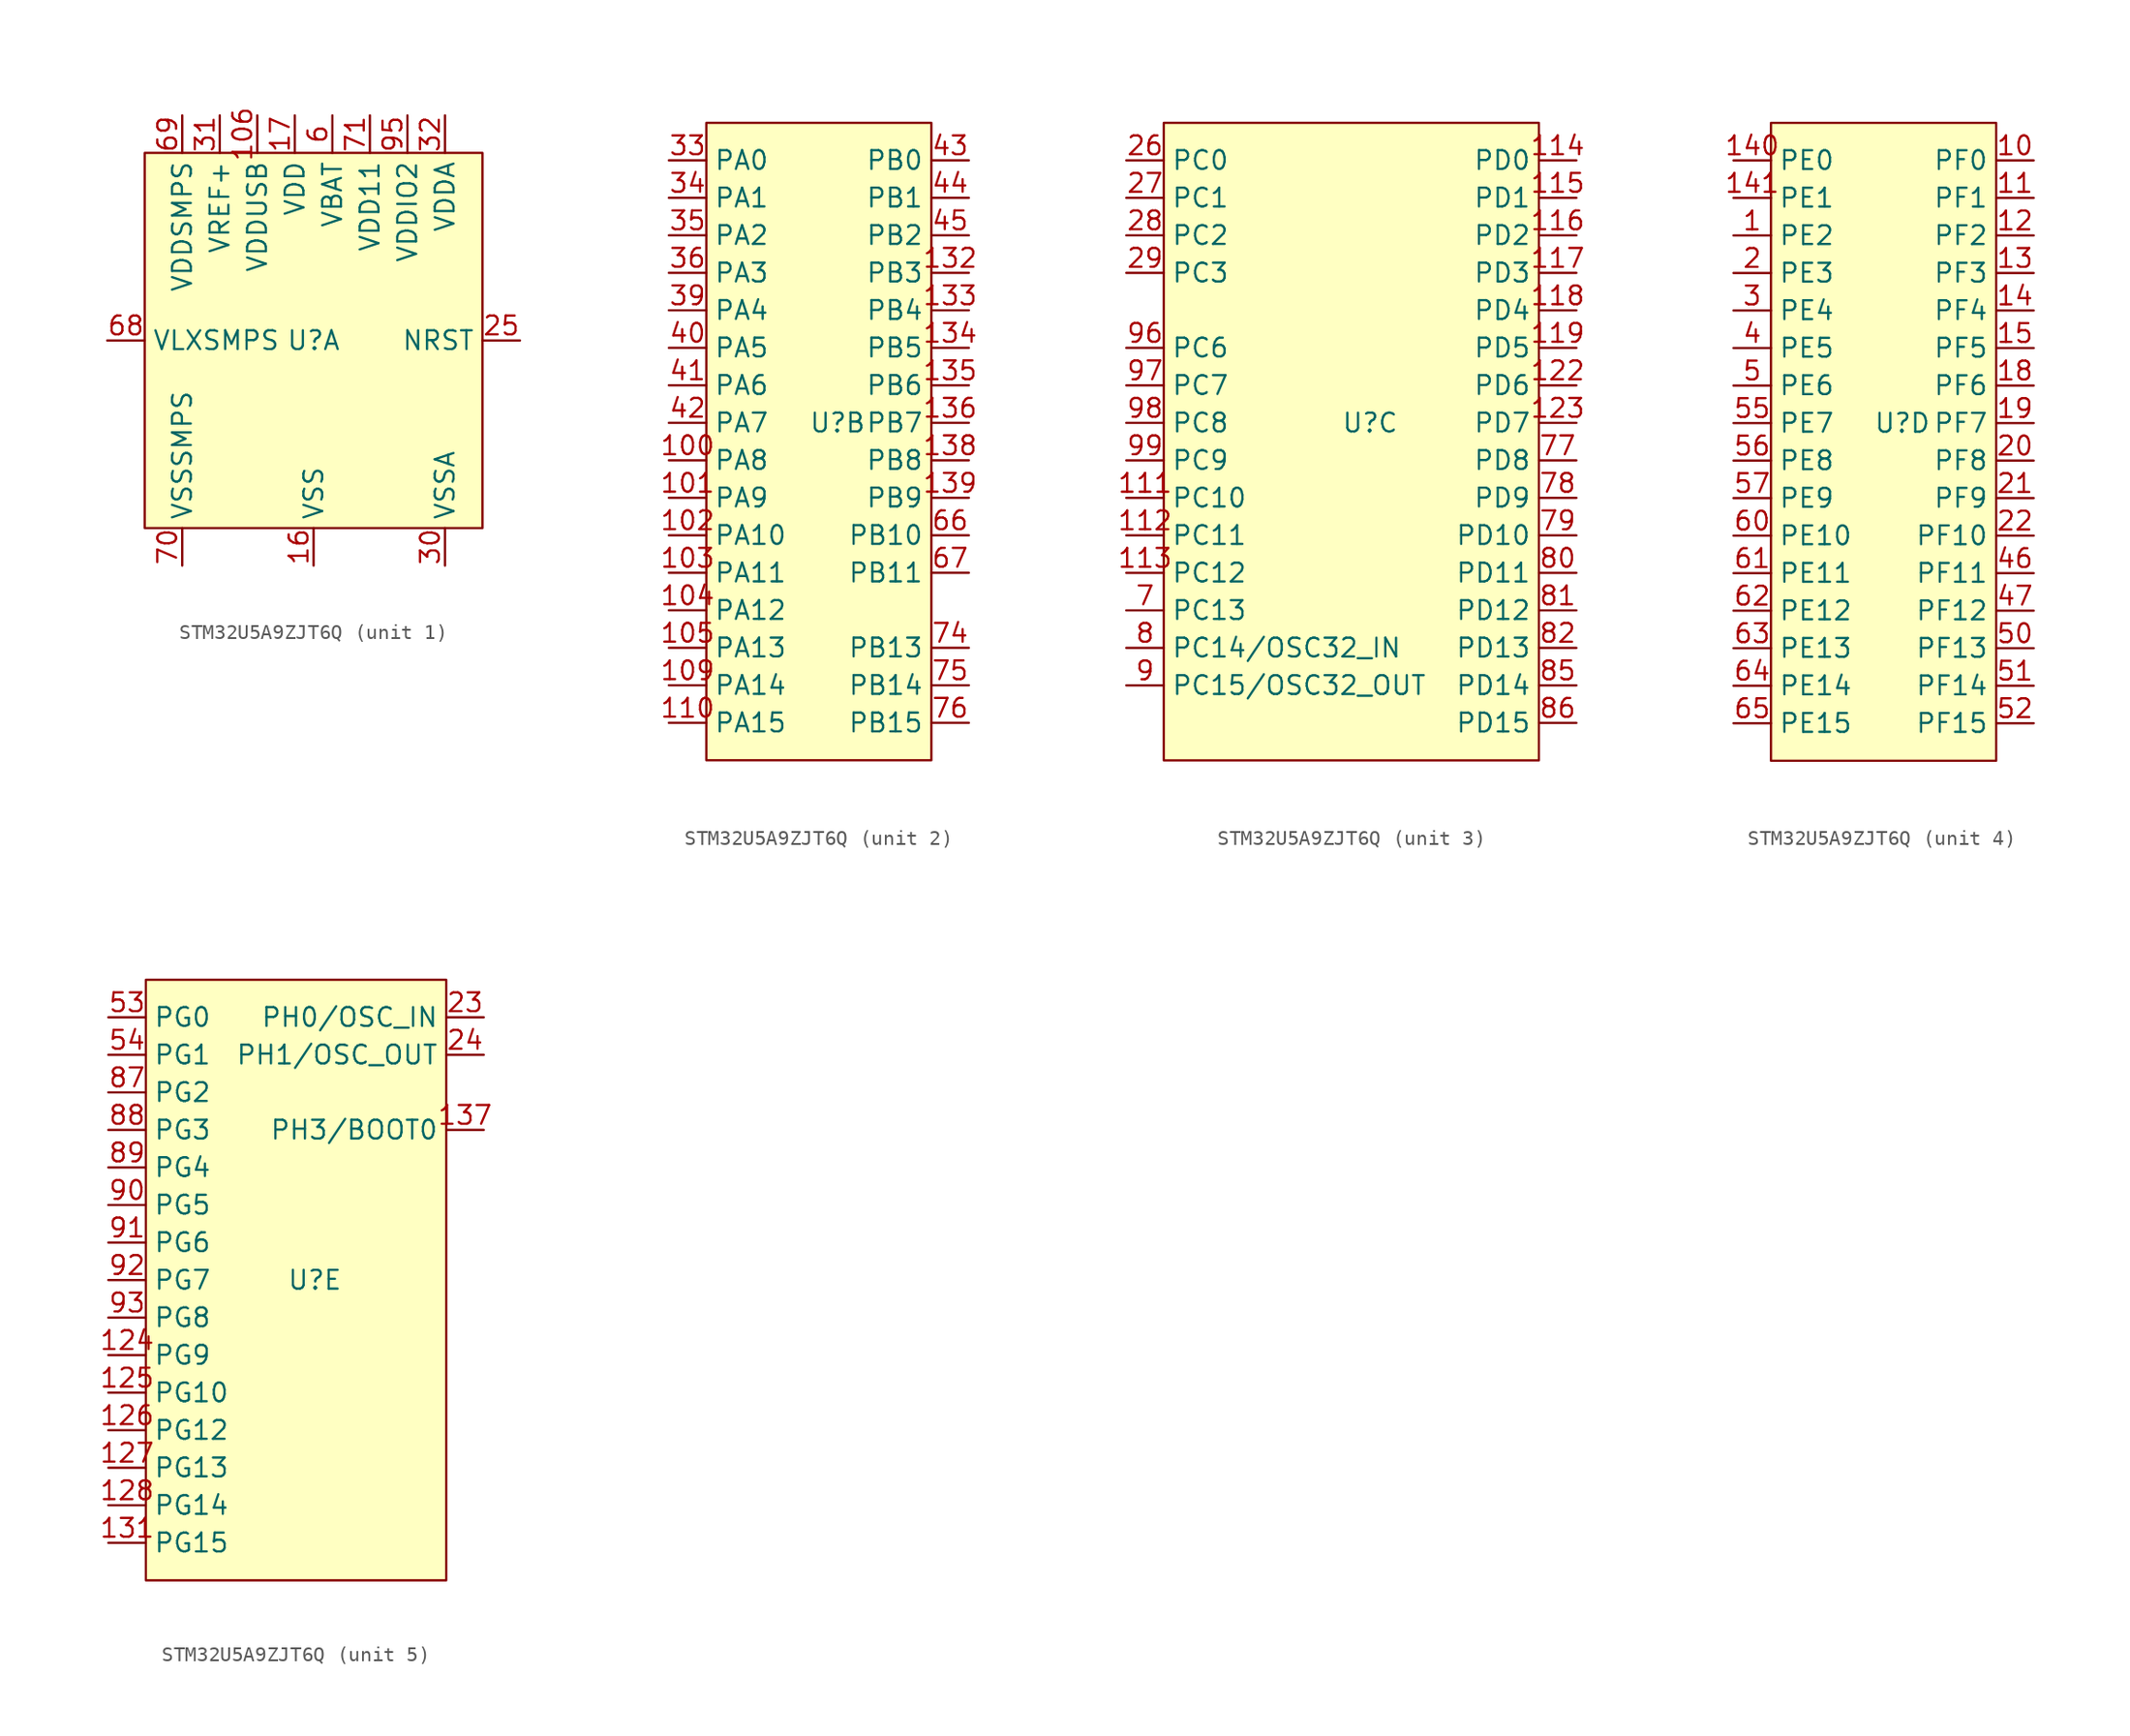
<source format=kicad_sym>
(kicad_symbol_lib
  (version 20230620)
  (generator kicad_symbol_editor)
  (symbol "STM32U5A9ZJT6Q"
    (property "Reference" "U"
      (at 1.27 0 0)
      (effects (font (size 1.27 1.27))))
    (property "Value" ""
      (at 1.27 1.27 0)
      (effects (font (size 1.27 1.27))))
    (property "ki_locked" ""
      (at 0 0 0)
      (effects (font (size 1.27 1.27))))
    (symbol "STM32U5A9ZJT6Q_1_1"
      (rectangle (start -10.16 12.7) (end 12.7 -12.7) (stroke (width 0) (type default)) (fill (type background)))
      (pin power_in line (at -2.54 15.24 270) (length 2.54) (name "VDDUSB" (effects (font (size 1.27 1.27)))) (number "106" (effects (font (size 1.27 1.27)))))
      (pin passive line (at 1.27 -15.24 90) (length 2.54) hide (name "VSS" (effects (font (size 1.27 1.27)))) (number "107" (effects (font (size 1.27 1.27)))))
      (pin passive line (at 0 15.24 270) (length 2.54) hide (name "VDD" (effects (font (size 1.27 1.27)))) (number "108" (effects (font (size 1.27 1.27)))))
      (pin passive line (at 1.27 -15.24 90) (length 2.54) hide (name "VSS" (effects (font (size 1.27 1.27)))) (number "120" (effects (font (size 1.27 1.27)))))
      (pin passive line (at 0 15.24 270) (length 2.54) hide (name "VDD" (effects (font (size 1.27 1.27)))) (number "121" (effects (font (size 1.27 1.27)))))
      (pin passive line (at 1.27 -15.24 90) (length 2.54) hide (name "VSS" (effects (font (size 1.27 1.27)))) (number "129" (effects (font (size 1.27 1.27)))))
      (pin passive line (at 7.62 15.24 270) (length 2.54) hide (name "VDDIO2" (effects (font (size 1.27 1.27)))) (number "130" (effects (font (size 1.27 1.27)))))
      (pin passive line (at 5.08 15.24 270) (length 2.54) hide (name "VDD11" (effects (font (size 1.27 1.27)))) (number "142" (effects (font (size 1.27 1.27)))))
      (pin passive line (at 1.27 -15.24 90) (length 2.54) hide (name "VSS" (effects (font (size 1.27 1.27)))) (number "143" (effects (font (size 1.27 1.27)))))
      (pin passive line (at 0 15.24 270) (length 2.54) hide (name "VDD" (effects (font (size 1.27 1.27)))) (number "144" (effects (font (size 1.27 1.27)))))
      (pin power_in line (at 1.27 -15.24 90) (length 2.54) (name "VSS" (effects (font (size 1.27 1.27)))) (number "16" (effects (font (size 1.27 1.27)))))
      (pin power_in line (at 0 15.24 270) (length 2.54) (name "VDD" (effects (font (size 1.27 1.27)))) (number "17" (effects (font (size 1.27 1.27)))))
      (pin bidirectional line (at 15.24 0 180) (length 2.54) (name "NRST" (effects (font (size 1.27 1.27)))) (number "25" (effects (font (size 1.27 1.27)))))
      (pin power_in line (at 10.16 -15.24 90) (length 2.54) (name "VSSA" (effects (font (size 1.27 1.27)))) (number "30" (effects (font (size 1.27 1.27)))))
      (pin power_in line (at -5.08 15.24 270) (length 2.54) (name "VREF+" (effects (font (size 1.27 1.27)))) (number "31" (effects (font (size 1.27 1.27)))))
      (pin power_in line (at 10.16 15.24 270) (length 2.54) (name "VDDA" (effects (font (size 1.27 1.27)))) (number "32" (effects (font (size 1.27 1.27)))))
      (pin passive line (at 1.27 -15.24 90) (length 2.54) hide (name "VSS" (effects (font (size 1.27 1.27)))) (number "37" (effects (font (size 1.27 1.27)))))
      (pin passive line (at 0 15.24 270) (length 2.54) hide (name "VDD" (effects (font (size 1.27 1.27)))) (number "38" (effects (font (size 1.27 1.27)))))
      (pin passive line (at 1.27 -15.24 90) (length 2.54) hide (name "VSS" (effects (font (size 1.27 1.27)))) (number "48" (effects (font (size 1.27 1.27)))))
      (pin passive line (at 0 15.24 270) (length 2.54) hide (name "VDD" (effects (font (size 1.27 1.27)))) (number "49" (effects (font (size 1.27 1.27)))))
      (pin passive line (at 1.27 -15.24 90) (length 2.54) hide (name "VSS" (effects (font (size 1.27 1.27)))) (number "58" (effects (font (size 1.27 1.27)))))
      (pin passive line (at 0 15.24 270) (length 2.54) hide (name "VDD" (effects (font (size 1.27 1.27)))) (number "59" (effects (font (size 1.27 1.27)))))
      (pin power_in line (at 2.54 15.24 270) (length 2.54) (name "VBAT" (effects (font (size 1.27 1.27)))) (number "6" (effects (font (size 1.27 1.27)))))
      (pin power_in line (at -12.7 0 0) (length 2.54) (name "VLXSMPS" (effects (font (size 1.27 1.27)))) (number "68" (effects (font (size 1.27 1.27)))))
      (pin power_in line (at -7.62 15.24 270) (length 2.54) (name "VDDSMPS" (effects (font (size 1.27 1.27)))) (number "69" (effects (font (size 1.27 1.27)))))
      (pin power_in line (at -7.62 -15.24 90) (length 2.54) (name "VSSSMPS" (effects (font (size 1.27 1.27)))) (number "70" (effects (font (size 1.27 1.27)))))
      (pin power_in line (at 5.08 15.24 270) (length 2.54) (name "VDD11" (effects (font (size 1.27 1.27)))) (number "71" (effects (font (size 1.27 1.27)))))
      (pin passive line (at 1.27 -15.24 90) (length 2.54) hide (name "VSS" (effects (font (size 1.27 1.27)))) (number "72" (effects (font (size 1.27 1.27)))))
      (pin passive line (at 0 15.24 270) (length 2.54) hide (name "VDD" (effects (font (size 1.27 1.27)))) (number "73" (effects (font (size 1.27 1.27)))))
      (pin passive line (at 1.27 -15.24 90) (length 2.54) hide (name "VSS" (effects (font (size 1.27 1.27)))) (number "83" (effects (font (size 1.27 1.27)))))
      (pin passive line (at 0 15.24 270) (length 2.54) hide (name "VDD" (effects (font (size 1.27 1.27)))) (number "84" (effects (font (size 1.27 1.27)))))
      (pin passive line (at 1.27 -15.24 90) (length 2.54) hide (name "VSS" (effects (font (size 1.27 1.27)))) (number "94" (effects (font (size 1.27 1.27)))))
      (pin bidirectional line (at 7.62 15.24 270) (length 2.54) (name "VDDIO2" (effects (font (size 1.27 1.27)))) (number "95" (effects (font (size 1.27 1.27))))))
    (symbol "STM32U5A9ZJT6Q_2_1"
      (rectangle (start -7.62 20.32) (end 7.62 -22.86) (stroke (width 0) (type default)) (fill (type background)))
      (pin bidirectional line (at -10.16 -2.54 0) (length 2.54) (name "PA8" (effects (font (size 1.27 1.27)))) (number "100" (effects (font (size 1.27 1.27)))))
      (pin bidirectional line (at -10.16 -5.08 0) (length 2.54) (name "PA9" (effects (font (size 1.27 1.27)))) (number "101" (effects (font (size 1.27 1.27)))))
      (pin bidirectional line (at -10.16 -7.62 0) (length 2.54) (name "PA10" (effects (font (size 1.27 1.27)))) (number "102" (effects (font (size 1.27 1.27)))))
      (pin bidirectional line (at -10.16 -10.16 0) (length 2.54) (name "PA11" (effects (font (size 1.27 1.27)))) (number "103" (effects (font (size 1.27 1.27)))))
      (pin bidirectional line (at -10.16 -12.7 0) (length 2.54) (name "PA12" (effects (font (size 1.27 1.27)))) (number "104" (effects (font (size 1.27 1.27)))))
      (pin bidirectional line (at -10.16 -15.24 0) (length 2.54) (name "PA13" (effects (font (size 1.27 1.27)))) (number "105" (effects (font (size 1.27 1.27)))))
      (pin bidirectional line (at -10.16 -17.78 0) (length 2.54) (name "PA14" (effects (font (size 1.27 1.27)))) (number "109" (effects (font (size 1.27 1.27)))))
      (pin bidirectional line (at -10.16 -20.32 0) (length 2.54) (name "PA15" (effects (font (size 1.27 1.27)))) (number "110" (effects (font (size 1.27 1.27)))))
      (pin bidirectional line (at 10.16 10.16 180) (length 2.54) (name "PB3" (effects (font (size 1.27 1.27)))) (number "132" (effects (font (size 1.27 1.27)))))
      (pin bidirectional line (at 10.16 7.62 180) (length 2.54) (name "PB4" (effects (font (size 1.27 1.27)))) (number "133" (effects (font (size 1.27 1.27)))))
      (pin bidirectional line (at 10.16 5.08 180) (length 2.54) (name "PB5" (effects (font (size 1.27 1.27)))) (number "134" (effects (font (size 1.27 1.27)))))
      (pin bidirectional line (at 10.16 2.54 180) (length 2.54) (name "PB6" (effects (font (size 1.27 1.27)))) (number "135" (effects (font (size 1.27 1.27)))))
      (pin bidirectional line (at 10.16 0 180) (length 2.54) (name "PB7" (effects (font (size 1.27 1.27)))) (number "136" (effects (font (size 1.27 1.27)))))
      (pin bidirectional line (at 10.16 -2.54 180) (length 2.54) (name "PB8" (effects (font (size 1.27 1.27)))) (number "138" (effects (font (size 1.27 1.27)))))
      (pin bidirectional line (at 10.16 -5.08 180) (length 2.54) (name "PB9" (effects (font (size 1.27 1.27)))) (number "139" (effects (font (size 1.27 1.27)))))
      (pin bidirectional line (at -10.16 17.78 0) (length 2.54) (name "PA0" (effects (font (size 1.27 1.27)))) (number "33" (effects (font (size 1.27 1.27)))))
      (pin bidirectional line (at -10.16 15.24 0) (length 2.54) (name "PA1" (effects (font (size 1.27 1.27)))) (number "34" (effects (font (size 1.27 1.27)))))
      (pin bidirectional line (at -10.16 12.7 0) (length 2.54) (name "PA2" (effects (font (size 1.27 1.27)))) (number "35" (effects (font (size 1.27 1.27)))))
      (pin bidirectional line (at -10.16 10.16 0) (length 2.54) (name "PA3" (effects (font (size 1.27 1.27)))) (number "36" (effects (font (size 1.27 1.27)))))
      (pin bidirectional line (at -10.16 7.62 0) (length 2.54) (name "PA4" (effects (font (size 1.27 1.27)))) (number "39" (effects (font (size 1.27 1.27)))))
      (pin bidirectional line (at -10.16 5.08 0) (length 2.54) (name "PA5" (effects (font (size 1.27 1.27)))) (number "40" (effects (font (size 1.27 1.27)))))
      (pin bidirectional line (at -10.16 2.54 0) (length 2.54) (name "PA6" (effects (font (size 1.27 1.27)))) (number "41" (effects (font (size 1.27 1.27)))))
      (pin bidirectional line (at -10.16 0 0) (length 2.54) (name "PA7" (effects (font (size 1.27 1.27)))) (number "42" (effects (font (size 1.27 1.27)))))
      (pin bidirectional line (at 10.16 17.78 180) (length 2.54) (name "PB0" (effects (font (size 1.27 1.27)))) (number "43" (effects (font (size 1.27 1.27)))))
      (pin bidirectional line (at 10.16 15.24 180) (length 2.54) (name "PB1" (effects (font (size 1.27 1.27)))) (number "44" (effects (font (size 1.27 1.27)))))
      (pin bidirectional line (at 10.16 12.7 180) (length 2.54) (name "PB2" (effects (font (size 1.27 1.27)))) (number "45" (effects (font (size 1.27 1.27)))))
      (pin bidirectional line (at 10.16 -7.62 180) (length 2.54) (name "PB10" (effects (font (size 1.27 1.27)))) (number "66" (effects (font (size 1.27 1.27)))))
      (pin bidirectional line (at 10.16 -10.16 180) (length 2.54) (name "PB11" (effects (font (size 1.27 1.27)))) (number "67" (effects (font (size 1.27 1.27)))))
      (pin bidirectional line (at 10.16 -15.24 180) (length 2.54) (name "PB13" (effects (font (size 1.27 1.27)))) (number "74" (effects (font (size 1.27 1.27)))))
      (pin bidirectional line (at 10.16 -17.78 180) (length 2.54) (name "PB14" (effects (font (size 1.27 1.27)))) (number "75" (effects (font (size 1.27 1.27)))))
      (pin bidirectional line (at 10.16 -20.32 180) (length 2.54) (name "PB15" (effects (font (size 1.27 1.27)))) (number "76" (effects (font (size 1.27 1.27))))))
    (symbol "STM32U5A9ZJT6Q_3_1"
      (rectangle (start -12.7 20.32) (end 12.7 -22.86) (stroke (width 0) (type default)) (fill (type background)))
      (pin bidirectional line (at -15.24 -5.08 0) (length 2.54) (name "PC10" (effects (font (size 1.27 1.27)))) (number "111" (effects (font (size 1.27 1.27)))))
      (pin bidirectional line (at -15.24 -7.62 0) (length 2.54) (name "PC11" (effects (font (size 1.27 1.27)))) (number "112" (effects (font (size 1.27 1.27)))))
      (pin bidirectional line (at -15.24 -10.16 0) (length 2.54) (name "PC12" (effects (font (size 1.27 1.27)))) (number "113" (effects (font (size 1.27 1.27)))))
      (pin bidirectional line (at 15.24 17.78 180) (length 2.54) (name "PD0" (effects (font (size 1.27 1.27)))) (number "114" (effects (font (size 1.27 1.27)))))
      (pin bidirectional line (at 15.24 15.24 180) (length 2.54) (name "PD1" (effects (font (size 1.27 1.27)))) (number "115" (effects (font (size 1.27 1.27)))))
      (pin bidirectional line (at 15.24 12.7 180) (length 2.54) (name "PD2" (effects (font (size 1.27 1.27)))) (number "116" (effects (font (size 1.27 1.27)))))
      (pin bidirectional line (at 15.24 10.16 180) (length 2.54) (name "PD3" (effects (font (size 1.27 1.27)))) (number "117" (effects (font (size 1.27 1.27)))))
      (pin bidirectional line (at 15.24 7.62 180) (length 2.54) (name "PD4" (effects (font (size 1.27 1.27)))) (number "118" (effects (font (size 1.27 1.27)))))
      (pin bidirectional line (at 15.24 5.08 180) (length 2.54) (name "PD5" (effects (font (size 1.27 1.27)))) (number "119" (effects (font (size 1.27 1.27)))))
      (pin bidirectional line (at 15.24 2.54 180) (length 2.54) (name "PD6" (effects (font (size 1.27 1.27)))) (number "122" (effects (font (size 1.27 1.27)))))
      (pin bidirectional line (at 15.24 0 180) (length 2.54) (name "PD7" (effects (font (size 1.27 1.27)))) (number "123" (effects (font (size 1.27 1.27)))))
      (pin bidirectional line (at -15.24 17.78 0) (length 2.54) (name "PC0" (effects (font (size 1.27 1.27)))) (number "26" (effects (font (size 1.27 1.27)))))
      (pin bidirectional line (at -15.24 15.24 0) (length 2.54) (name "PC1" (effects (font (size 1.27 1.27)))) (number "27" (effects (font (size 1.27 1.27)))))
      (pin bidirectional line (at -15.24 12.7 0) (length 2.54) (name "PC2" (effects (font (size 1.27 1.27)))) (number "28" (effects (font (size 1.27 1.27)))))
      (pin bidirectional line (at -15.24 10.16 0) (length 2.54) (name "PC3" (effects (font (size 1.27 1.27)))) (number "29" (effects (font (size 1.27 1.27)))))
      (pin bidirectional line (at -15.24 -12.7 0) (length 2.54) (name "PC13" (effects (font (size 1.27 1.27)))) (number "7" (effects (font (size 1.27 1.27)))))
      (pin bidirectional line (at 15.24 -2.54 180) (length 2.54) (name "PD8" (effects (font (size 1.27 1.27)))) (number "77" (effects (font (size 1.27 1.27)))))
      (pin bidirectional line (at 15.24 -5.08 180) (length 2.54) (name "PD9" (effects (font (size 1.27 1.27)))) (number "78" (effects (font (size 1.27 1.27)))))
      (pin bidirectional line (at 15.24 -7.62 180) (length 2.54) (name "PD10" (effects (font (size 1.27 1.27)))) (number "79" (effects (font (size 1.27 1.27)))))
      (pin bidirectional line (at -15.24 -15.24 0) (length 2.54) (name "PC14/OSC32_IN" (effects (font (size 1.27 1.27)))) (number "8" (effects (font (size 1.27 1.27)))))
      (pin bidirectional line (at 15.24 -10.16 180) (length 2.54) (name "PD11" (effects (font (size 1.27 1.27)))) (number "80" (effects (font (size 1.27 1.27)))))
      (pin bidirectional line (at 15.24 -12.7 180) (length 2.54) (name "PD12" (effects (font (size 1.27 1.27)))) (number "81" (effects (font (size 1.27 1.27)))))
      (pin bidirectional line (at 15.24 -15.24 180) (length 2.54) (name "PD13" (effects (font (size 1.27 1.27)))) (number "82" (effects (font (size 1.27 1.27)))))
      (pin bidirectional line (at 15.24 -17.78 180) (length 2.54) (name "PD14" (effects (font (size 1.27 1.27)))) (number "85" (effects (font (size 1.27 1.27)))))
      (pin bidirectional line (at 15.24 -20.32 180) (length 2.54) (name "PD15" (effects (font (size 1.27 1.27)))) (number "86" (effects (font (size 1.27 1.27)))))
      (pin bidirectional line (at -15.24 -17.78 0) (length 2.54) (name "PC15/OSC32_OUT" (effects (font (size 1.27 1.27)))) (number "9" (effects (font (size 1.27 1.27)))))
      (pin bidirectional line (at -15.24 5.08 0) (length 2.54) (name "PC6" (effects (font (size 1.27 1.27)))) (number "96" (effects (font (size 1.27 1.27)))))
      (pin bidirectional line (at -15.24 2.54 0) (length 2.54) (name "PC7" (effects (font (size 1.27 1.27)))) (number "97" (effects (font (size 1.27 1.27)))))
      (pin bidirectional line (at -15.24 0 0) (length 2.54) (name "PC8" (effects (font (size 1.27 1.27)))) (number "98" (effects (font (size 1.27 1.27)))))
      (pin bidirectional line (at -15.24 -2.54 0) (length 2.54) (name "PC9" (effects (font (size 1.27 1.27)))) (number "99" (effects (font (size 1.27 1.27))))))
    (symbol "STM32U5A9ZJT6Q_4_1"
      (rectangle (start -7.62 20.32) (end 7.62 -22.86) (stroke (width 0) (type default)) (fill (type background)))
      (pin bidirectional line (at -10.16 12.7 0) (length 2.54) (name "PE2" (effects (font (size 1.27 1.27)))) (number "1" (effects (font (size 1.27 1.27)))))
      (pin bidirectional line (at 10.16 17.78 180) (length 2.54) (name "PF0" (effects (font (size 1.27 1.27)))) (number "10" (effects (font (size 1.27 1.27)))))
      (pin bidirectional line (at 10.16 15.24 180) (length 2.54) (name "PF1" (effects (font (size 1.27 1.27)))) (number "11" (effects (font (size 1.27 1.27)))))
      (pin bidirectional line (at 10.16 12.7 180) (length 2.54) (name "PF2" (effects (font (size 1.27 1.27)))) (number "12" (effects (font (size 1.27 1.27)))))
      (pin bidirectional line (at 10.16 10.16 180) (length 2.54) (name "PF3" (effects (font (size 1.27 1.27)))) (number "13" (effects (font (size 1.27 1.27)))))
      (pin bidirectional line (at 10.16 7.62 180) (length 2.54) (name "PF4" (effects (font (size 1.27 1.27)))) (number "14" (effects (font (size 1.27 1.27)))))
      (pin bidirectional line (at -10.16 17.78 0) (length 2.54) (name "PE0" (effects (font (size 1.27 1.27)))) (number "140" (effects (font (size 1.27 1.27)))))
      (pin bidirectional line (at -10.16 15.24 0) (length 2.54) (name "PE1" (effects (font (size 1.27 1.27)))) (number "141" (effects (font (size 1.27 1.27)))))
      (pin bidirectional line (at 10.16 5.08 180) (length 2.54) (name "PF5" (effects (font (size 1.27 1.27)))) (number "15" (effects (font (size 1.27 1.27)))))
      (pin bidirectional line (at 10.16 2.54 180) (length 2.54) (name "PF6" (effects (font (size 1.27 1.27)))) (number "18" (effects (font (size 1.27 1.27)))))
      (pin bidirectional line (at 10.16 0 180) (length 2.54) (name "PF7" (effects (font (size 1.27 1.27)))) (number "19" (effects (font (size 1.27 1.27)))))
      (pin bidirectional line (at -10.16 10.16 0) (length 2.54) (name "PE3" (effects (font (size 1.27 1.27)))) (number "2" (effects (font (size 1.27 1.27)))))
      (pin bidirectional line (at 10.16 -2.54 180) (length 2.54) (name "PF8" (effects (font (size 1.27 1.27)))) (number "20" (effects (font (size 1.27 1.27)))))
      (pin bidirectional line (at 10.16 -5.08 180) (length 2.54) (name "PF9" (effects (font (size 1.27 1.27)))) (number "21" (effects (font (size 1.27 1.27)))))
      (pin bidirectional line (at 10.16 -7.62 180) (length 2.54) (name "PF10" (effects (font (size 1.27 1.27)))) (number "22" (effects (font (size 1.27 1.27)))))
      (pin bidirectional line (at -10.16 7.62 0) (length 2.54) (name "PE4" (effects (font (size 1.27 1.27)))) (number "3" (effects (font (size 1.27 1.27)))))
      (pin bidirectional line (at -10.16 5.08 0) (length 2.54) (name "PE5" (effects (font (size 1.27 1.27)))) (number "4" (effects (font (size 1.27 1.27)))))
      (pin bidirectional line (at 10.16 -10.16 180) (length 2.54) (name "PF11" (effects (font (size 1.27 1.27)))) (number "46" (effects (font (size 1.27 1.27)))))
      (pin bidirectional line (at 10.16 -12.7 180) (length 2.54) (name "PF12" (effects (font (size 1.27 1.27)))) (number "47" (effects (font (size 1.27 1.27)))))
      (pin bidirectional line (at -10.16 2.54 0) (length 2.54) (name "PE6" (effects (font (size 1.27 1.27)))) (number "5" (effects (font (size 1.27 1.27)))))
      (pin bidirectional line (at 10.16 -15.24 180) (length 2.54) (name "PF13" (effects (font (size 1.27 1.27)))) (number "50" (effects (font (size 1.27 1.27)))))
      (pin bidirectional line (at 10.16 -17.78 180) (length 2.54) (name "PF14" (effects (font (size 1.27 1.27)))) (number "51" (effects (font (size 1.27 1.27)))))
      (pin bidirectional line (at 10.16 -20.32 180) (length 2.54) (name "PF15" (effects (font (size 1.27 1.27)))) (number "52" (effects (font (size 1.27 1.27)))))
      (pin bidirectional line (at -10.16 0 0) (length 2.54) (name "PE7" (effects (font (size 1.27 1.27)))) (number "55" (effects (font (size 1.27 1.27)))))
      (pin bidirectional line (at -10.16 -2.54 0) (length 2.54) (name "PE8" (effects (font (size 1.27 1.27)))) (number "56" (effects (font (size 1.27 1.27)))))
      (pin bidirectional line (at -10.16 -5.08 0) (length 2.54) (name "PE9" (effects (font (size 1.27 1.27)))) (number "57" (effects (font (size 1.27 1.27)))))
      (pin bidirectional line (at -10.16 -7.62 0) (length 2.54) (name "PE10" (effects (font (size 1.27 1.27)))) (number "60" (effects (font (size 1.27 1.27)))))
      (pin bidirectional line (at -10.16 -10.16 0) (length 2.54) (name "PE11" (effects (font (size 1.27 1.27)))) (number "61" (effects (font (size 1.27 1.27)))))
      (pin bidirectional line (at -10.16 -12.7 0) (length 2.54) (name "PE12" (effects (font (size 1.27 1.27)))) (number "62" (effects (font (size 1.27 1.27)))))
      (pin bidirectional line (at -10.16 -15.24 0) (length 2.54) (name "PE13" (effects (font (size 1.27 1.27)))) (number "63" (effects (font (size 1.27 1.27)))))
      (pin bidirectional line (at -10.16 -17.78 0) (length 2.54) (name "PE14" (effects (font (size 1.27 1.27)))) (number "64" (effects (font (size 1.27 1.27)))))
      (pin bidirectional line (at -10.16 -20.32 0) (length 2.54) (name "PE15" (effects (font (size 1.27 1.27)))) (number "65" (effects (font (size 1.27 1.27))))))
    (symbol "STM32U5A9ZJT6Q_5_1"
      (rectangle (start -10.16 20.32) (end 10.16 -20.32) (stroke (width 0) (type default)) (fill (type background)))
      (pin bidirectional line (at -12.7 -5.08 0) (length 2.54) (name "PG9" (effects (font (size 1.27 1.27)))) (number "124" (effects (font (size 1.27 1.27)))))
      (pin bidirectional line (at -12.7 -7.62 0) (length 2.54) (name "PG10" (effects (font (size 1.27 1.27)))) (number "125" (effects (font (size 1.27 1.27)))))
      (pin bidirectional line (at -12.7 -10.16 0) (length 2.54) (name "PG12" (effects (font (size 1.27 1.27)))) (number "126" (effects (font (size 1.27 1.27)))))
      (pin bidirectional line (at -12.7 -12.7 0) (length 2.54) (name "PG13" (effects (font (size 1.27 1.27)))) (number "127" (effects (font (size 1.27 1.27)))))
      (pin bidirectional line (at -12.7 -15.24 0) (length 2.54) (name "PG14" (effects (font (size 1.27 1.27)))) (number "128" (effects (font (size 1.27 1.27)))))
      (pin bidirectional line (at -12.7 -17.78 0) (length 2.54) (name "PG15" (effects (font (size 1.27 1.27)))) (number "131" (effects (font (size 1.27 1.27)))))
      (pin bidirectional line (at 12.7 10.16 180) (length 2.54) (name "PH3/BOOT0" (effects (font (size 1.27 1.27)))) (number "137" (effects (font (size 1.27 1.27)))))
      (pin bidirectional line (at 12.7 17.78 180) (length 2.54) (name "PH0/OSC_IN" (effects (font (size 1.27 1.27)))) (number "23" (effects (font (size 1.27 1.27)))))
      (pin bidirectional line (at 12.7 15.24 180) (length 2.54) (name "PH1/OSC_OUT" (effects (font (size 1.27 1.27)))) (number "24" (effects (font (size 1.27 1.27)))))
      (pin bidirectional line (at -12.7 17.78 0) (length 2.54) (name "PG0" (effects (font (size 1.27 1.27)))) (number "53" (effects (font (size 1.27 1.27)))))
      (pin bidirectional line (at -12.7 15.24 0) (length 2.54) (name "PG1" (effects (font (size 1.27 1.27)))) (number "54" (effects (font (size 1.27 1.27)))))
      (pin bidirectional line (at -12.7 12.7 0) (length 2.54) (name "PG2" (effects (font (size 1.27 1.27)))) (number "87" (effects (font (size 1.27 1.27)))))
      (pin bidirectional line (at -12.7 10.16 0) (length 2.54) (name "PG3" (effects (font (size 1.27 1.27)))) (number "88" (effects (font (size 1.27 1.27)))))
      (pin bidirectional line (at -12.7 7.62 0) (length 2.54) (name "PG4" (effects (font (size 1.27 1.27)))) (number "89" (effects (font (size 1.27 1.27)))))
      (pin bidirectional line (at -12.7 5.08 0) (length 2.54) (name "PG5" (effects (font (size 1.27 1.27)))) (number "90" (effects (font (size 1.27 1.27)))))
      (pin bidirectional line (at -12.7 2.54 0) (length 2.54) (name "PG6" (effects (font (size 1.27 1.27)))) (number "91" (effects (font (size 1.27 1.27)))))
      (pin bidirectional line (at -12.7 0 0) (length 2.54) (name "PG7" (effects (font (size 1.27 1.27)))) (number "92" (effects (font (size 1.27 1.27)))))
      (pin bidirectional line (at -12.7 -2.54 0) (length 2.54) (name "PG8" (effects (font (size 1.27 1.27)))) (number "93" (effects (font (size 1.27 1.27))))))))
</source>
